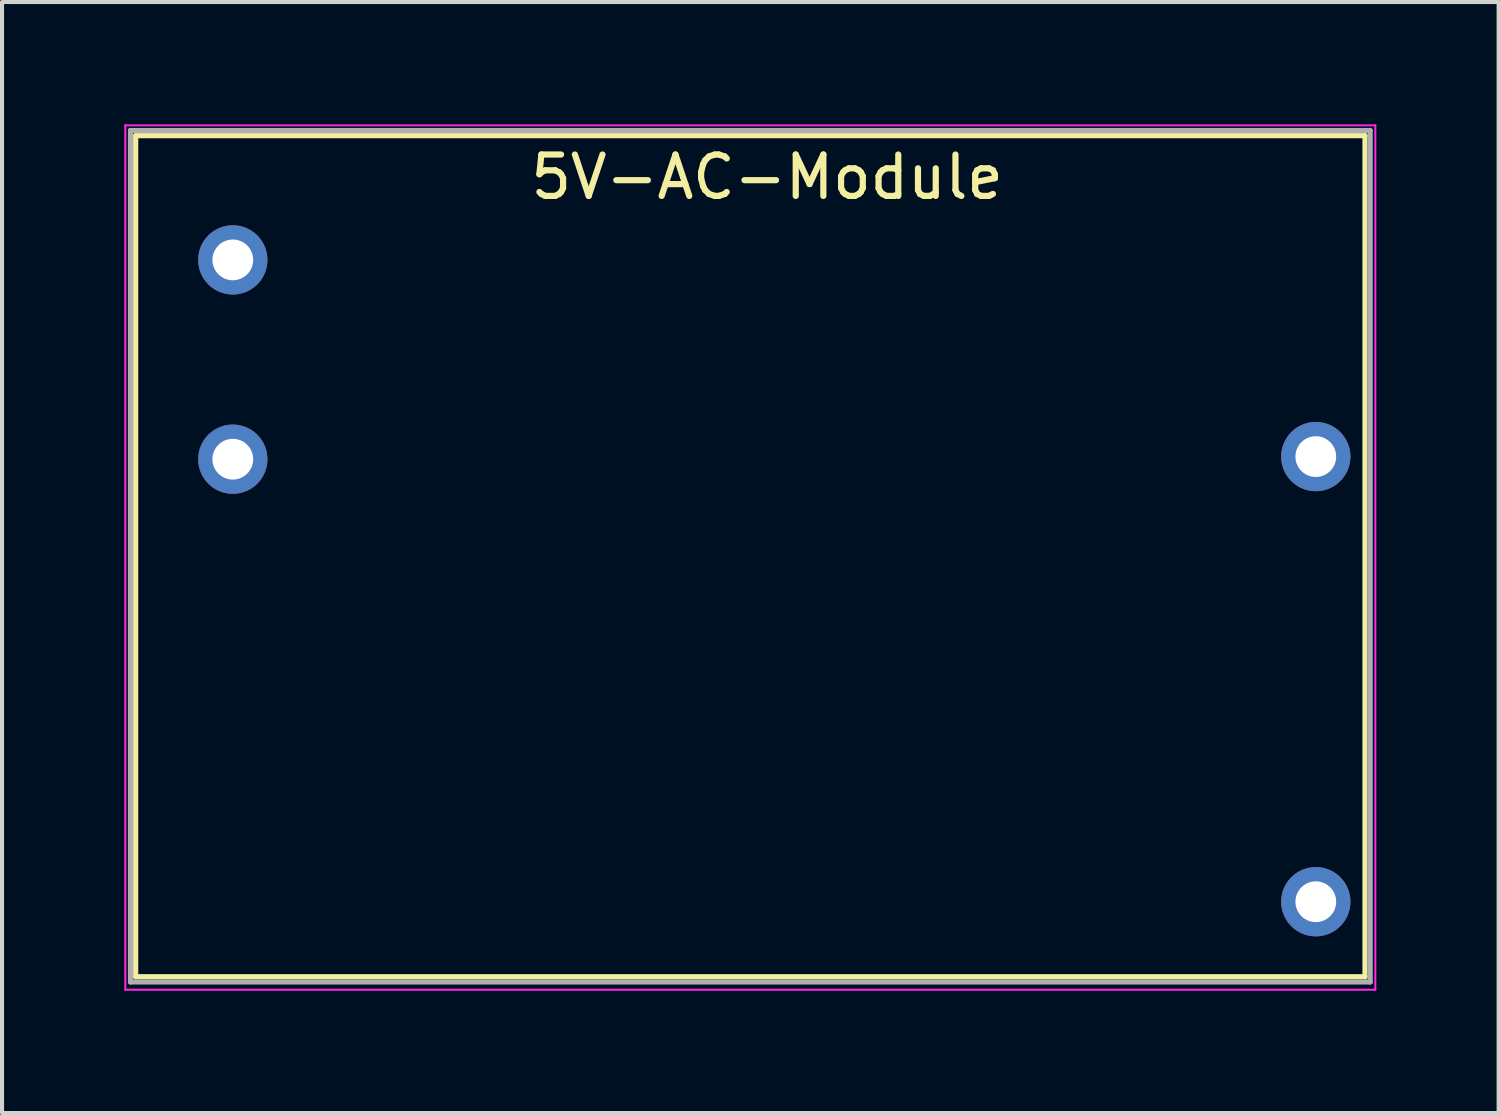
<source format=kicad_pcb>
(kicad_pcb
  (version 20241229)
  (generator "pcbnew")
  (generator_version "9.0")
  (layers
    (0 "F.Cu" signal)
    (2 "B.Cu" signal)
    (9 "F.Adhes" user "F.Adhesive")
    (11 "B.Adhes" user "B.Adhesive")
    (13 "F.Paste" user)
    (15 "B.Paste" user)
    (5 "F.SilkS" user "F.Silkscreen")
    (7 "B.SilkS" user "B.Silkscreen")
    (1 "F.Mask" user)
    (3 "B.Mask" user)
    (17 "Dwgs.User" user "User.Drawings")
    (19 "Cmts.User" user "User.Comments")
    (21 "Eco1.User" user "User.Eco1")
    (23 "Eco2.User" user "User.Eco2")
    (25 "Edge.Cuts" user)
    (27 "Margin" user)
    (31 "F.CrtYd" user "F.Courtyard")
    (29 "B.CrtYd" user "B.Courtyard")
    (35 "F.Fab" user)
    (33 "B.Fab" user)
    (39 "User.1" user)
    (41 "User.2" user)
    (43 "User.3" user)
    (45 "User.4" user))
  (footprint "5V-AC-Module"
    (layer "F.Cu")
    (at 0.279 0.279)
    (property "Reference" "5V-AC-Module" (at 15.494 1.016 0) (layer "F.SilkS") (effects (font (size 1.016 1.016) (thickness 0.152))))
    (attr through_hole)
    (fp_line (start 0 0) (end 30.163 0) (stroke (width 0.127) (type solid)) (layer "F.SilkS"))
    (fp_line (start 0 20.637) (end 0 0) (stroke (width 0.127) (type solid)) (layer "F.SilkS"))
    (fp_line (start 0 20.637) (end 30.163 20.637) (stroke (width 0.127) (type solid)) (layer "F.SilkS"))
    (fp_line (start 30.163 20.637) (end 30.163 0) (stroke (width 0.127) (type solid)) (layer "F.SilkS"))
    (fp_line (start -0.254 -0.254) (end -0.254 20.955) (stroke (width 0.051) (type solid)) (layer "F.CrtYd"))
    (fp_line (start -0.254 -0.254) (end 30.416 -0.254) (stroke (width 0.05) (type solid)) (layer "F.CrtYd"))
    (fp_line (start -0.254 20.955) (end 30.416 20.955) (stroke (width 0.05) (type solid)) (layer "F.CrtYd"))
    (fp_line (start 30.416 -0.254) (end 30.416 20.955) (stroke (width 0.05) (type solid)) (layer "F.CrtYd"))
    (fp_line (start -0.127 -0.127) (end -0.127 20.765) (stroke (width 0.127) (type solid)) (layer "F.Fab"))
    (fp_line (start -0.127 20.765) (end 30.29 20.765) (stroke (width 0.127) (type solid)) (layer "F.Fab"))
    (fp_line (start 30.29 -0.127) (end -0.127 -0.127) (stroke (width 0.127) (type solid)) (layer "F.Fab"))
    (fp_line (start 30.29 20.765) (end 30.29 -0.127) (stroke (width 0.127) (type solid)) (layer "F.Fab"))
    (pad "1" thru_hole circle (at 28.956 18.796) (size 1.7 1.7) (drill 1) (layers "*.Cu" "*.Mask"))
    (pad "2" thru_hole oval (at 28.956 7.874) (size 1.7 1.7) (drill 1) (layers "*.Cu" "*.Mask"))
    (pad "3" thru_hole oval (at 2.383 3.048) (size 1.7 1.7) (drill 1) (layers "*.Cu" "*.Mask"))
    (pad "4" thru_hole oval (at 2.383 7.938) (size 1.7 1.7) (drill 1) (layers "*.Cu" "*.Mask")))
  (gr_rect
    (start -3 -3)
    (end 33.721 24.26)
    (stroke (width 0.1) (type default))
    (fill no)
    (layer "Edge.Cuts")))
</source>
